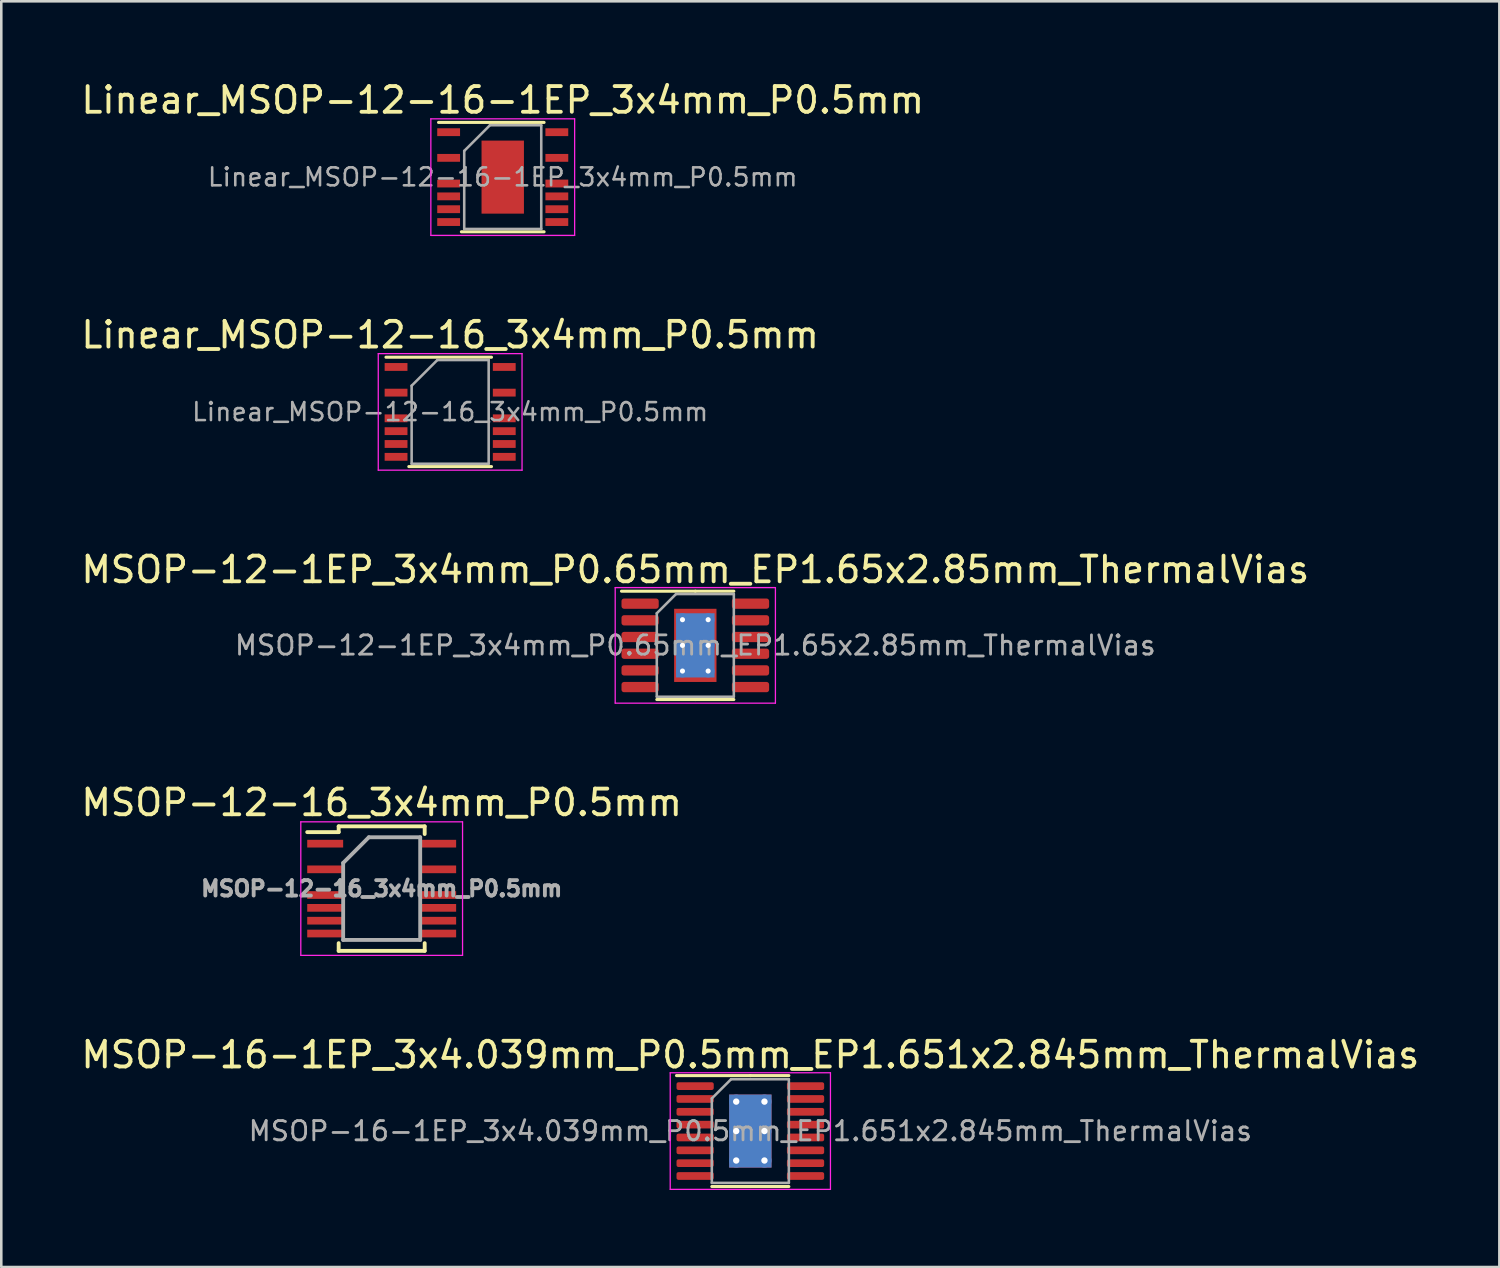
<source format=kicad_pcb>
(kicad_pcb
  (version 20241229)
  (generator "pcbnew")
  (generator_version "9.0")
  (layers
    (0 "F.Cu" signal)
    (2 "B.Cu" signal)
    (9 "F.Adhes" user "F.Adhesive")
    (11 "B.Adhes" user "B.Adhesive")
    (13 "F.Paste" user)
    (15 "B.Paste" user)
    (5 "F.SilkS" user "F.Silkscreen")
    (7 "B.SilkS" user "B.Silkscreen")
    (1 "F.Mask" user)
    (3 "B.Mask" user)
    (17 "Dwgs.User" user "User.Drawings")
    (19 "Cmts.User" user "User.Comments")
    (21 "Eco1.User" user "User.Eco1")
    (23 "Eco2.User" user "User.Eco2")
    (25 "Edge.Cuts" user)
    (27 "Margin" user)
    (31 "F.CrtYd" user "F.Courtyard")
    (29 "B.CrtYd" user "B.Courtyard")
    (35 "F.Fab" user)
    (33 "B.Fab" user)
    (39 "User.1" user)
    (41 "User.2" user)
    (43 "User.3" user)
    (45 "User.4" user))
  (footprint "Linear_MSOP-12-16_3x4mm_P0.5mm"
    (layer "F.Cu")
    (at 14.482 12.992)
    (property "Reference" "Linear_MSOP-12-16_3x4mm_P0.5mm" (at 0 -3 0) (layer "F.SilkS") (effects (font (size 1 1) (thickness 0.15))))
    (attr smd)
    (fp_line (start -2.5 -2.13) (end 1.61 -2.13) (stroke (width 0.12) (type solid)) (layer "F.SilkS"))
    (fp_line (start -1.61 2.13) (end 1.61 2.13) (stroke (width 0.12) (type solid)) (layer "F.SilkS"))
    (fp_line (start -2.8 -2.27) (end -2.8 2.27) (stroke (width 0.05) (type solid)) (layer "F.CrtYd"))
    (fp_line (start -2.8 -2.27) (end 2.8 -2.27) (stroke (width 0.05) (type solid)) (layer "F.CrtYd"))
    (fp_line (start -2.8 2.27) (end 2.8 2.27) (stroke (width 0.05) (type solid)) (layer "F.CrtYd"))
    (fp_line (start 2.8 -2.27) (end 2.8 2.27) (stroke (width 0.05) (type solid)) (layer "F.CrtYd"))
    (fp_line (start -1.5 -1.02) (end -0.5 -2.019) (stroke (width 0.1) (type solid)) (layer "F.Fab"))
    (fp_line (start -1.5 2.019) (end -1.5 -1.02) (stroke (width 0.1) (type solid)) (layer "F.Fab"))
    (fp_line (start -0.5 -2.019) (end 1.5 -2.019) (stroke (width 0.1) (type solid)) (layer "F.Fab"))
    (fp_line (start 1.5 -2.019) (end 1.5 2.019) (stroke (width 0.1) (type solid)) (layer "F.Fab"))
    (fp_line (start 1.5 2.019) (end -1.5 2.019) (stroke (width 0.1) (type solid)) (layer "F.Fab"))
    (fp_text user "${REFERENCE}" (at 0 0 0) (layer "F.Fab") (effects (font (size 0.7 0.7) (thickness 0.1))))
    (pad "1" smd rect (at -2.107 -1.75) (size 0.889 0.305) (layers "F.Cu" "F.Mask" "F.Paste"))
    (pad "3" smd rect (at -2.107 -0.75) (size 0.889 0.305) (layers "F.Cu" "F.Mask" "F.Paste"))
    (pad "5" smd rect (at -2.107 0.25) (size 0.889 0.305) (layers "F.Cu" "F.Mask" "F.Paste"))
    (pad "6" smd rect (at -2.107 0.75) (size 0.889 0.305) (layers "F.Cu" "F.Mask" "F.Paste"))
    (pad "7" smd rect (at -2.107 1.25) (size 0.889 0.305) (layers "F.Cu" "F.Mask" "F.Paste"))
    (pad "8" smd rect (at -2.107 1.75) (size 0.889 0.305) (layers "F.Cu" "F.Mask" "F.Paste"))
    (pad "9" smd rect (at 2.107 1.75) (size 0.889 0.305) (layers "F.Cu" "F.Mask" "F.Paste"))
    (pad "10" smd rect (at 2.107 1.25) (size 0.889 0.305) (layers "F.Cu" "F.Mask" "F.Paste"))
    (pad "11" smd rect (at 2.107 0.75) (size 0.889 0.305) (layers "F.Cu" "F.Mask" "F.Paste"))
    (pad "12" smd rect (at 2.107 0.25) (size 0.889 0.305) (layers "F.Cu" "F.Mask" "F.Paste"))
    (pad "14" smd rect (at 2.107 -0.75) (size 0.889 0.305) (layers "F.Cu" "F.Mask" "F.Paste"))
    (pad "16" smd rect (at 2.107 -1.75) (size 0.889 0.305) (layers "F.Cu" "F.Mask" "F.Paste")))
  (footprint "MSOP-16-1EP_3x4.039mm_P0.5mm_EP1.651x2.845mm_ThermalVias"
    (layer "F.Cu")
    (at 26.173 41.001)
    (property "Reference" "MSOP-16-1EP_3x4.039mm_P0.5mm_EP1.651x2.845mm_ThermalVias" (at 0 -2.97 0) (layer "F.SilkS") (effects (font (size 1 1) (thickness 0.15))))
    (attr smd)
    (fp_line (start 0 -2.16) (end -2.875 -2.16) (stroke (width 0.12) (type solid)) (layer "F.SilkS"))
    (fp_line (start 0 -2.16) (end 1.5 -2.16) (stroke (width 0.12) (type solid)) (layer "F.SilkS"))
    (fp_line (start 0 2.16) (end -1.5 2.16) (stroke (width 0.12) (type solid)) (layer "F.SilkS"))
    (fp_line (start 0 2.16) (end 1.5 2.16) (stroke (width 0.12) (type solid)) (layer "F.SilkS"))
    (fp_line (start -3.12 -2.27) (end -3.12 2.27) (stroke (width 0.05) (type solid)) (layer "F.CrtYd"))
    (fp_line (start -3.12 2.27) (end 3.12 2.27) (stroke (width 0.05) (type solid)) (layer "F.CrtYd"))
    (fp_line (start 3.12 -2.27) (end -3.12 -2.27) (stroke (width 0.05) (type solid)) (layer "F.CrtYd"))
    (fp_line (start 3.12 2.27) (end 3.12 -2.27) (stroke (width 0.05) (type solid)) (layer "F.CrtYd"))
    (fp_line (start -1.5 -1.27) (end -0.75 -2.019) (stroke (width 0.1) (type solid)) (layer "F.Fab"))
    (fp_line (start -1.5 2.019) (end -1.5 -1.27) (stroke (width 0.1) (type solid)) (layer "F.Fab"))
    (fp_line (start -0.75 -2.019) (end 1.5 -2.019) (stroke (width 0.1) (type solid)) (layer "F.Fab"))
    (fp_line (start 1.5 -2.019) (end 1.5 2.019) (stroke (width 0.1) (type solid)) (layer "F.Fab"))
    (fp_line (start 1.5 2.019) (end -1.5 2.019) (stroke (width 0.1) (type solid)) (layer "F.Fab"))
    (fp_text user "${REFERENCE}" (at 0 0 0) (layer "F.Fab") (effects (font (size 0.75 0.75) (thickness 0.11))))
    (pad "" smd roundrect (at -0.415 -0.71) (size 0.69 1.19) (layers "F.Paste") (roundrect_rratio 0.25))
    (pad "" smd roundrect (at -0.415 0.71) (size 0.69 1.19) (layers "F.Paste") (roundrect_rratio 0.25))
    (pad "" smd roundrect (at 0.415 -0.71) (size 0.69 1.19) (layers "F.Paste") (roundrect_rratio 0.25))
    (pad "" smd roundrect (at 0.415 0.71) (size 0.69 1.19) (layers "F.Paste") (roundrect_rratio 0.25))
    (pad "1" smd roundrect (at -2.15 -1.75) (size 1.45 0.3) (layers "F.Cu" "F.Mask" "F.Paste") (roundrect_rratio 0.25))
    (pad "2" smd roundrect (at -2.15 -1.25) (size 1.45 0.3) (layers "F.Cu" "F.Mask" "F.Paste") (roundrect_rratio 0.25))
    (pad "3" smd roundrect (at -2.15 -0.75) (size 1.45 0.3) (layers "F.Cu" "F.Mask" "F.Paste") (roundrect_rratio 0.25))
    (pad "4" smd roundrect (at -2.15 -0.25) (size 1.45 0.3) (layers "F.Cu" "F.Mask" "F.Paste") (roundrect_rratio 0.25))
    (pad "5" smd roundrect (at -2.15 0.25) (size 1.45 0.3) (layers "F.Cu" "F.Mask" "F.Paste") (roundrect_rratio 0.25))
    (pad "6" smd roundrect (at -2.15 0.75) (size 1.45 0.3) (layers "F.Cu" "F.Mask" "F.Paste") (roundrect_rratio 0.25))
    (pad "7" smd roundrect (at -2.15 1.25) (size 1.45 0.3) (layers "F.Cu" "F.Mask" "F.Paste") (roundrect_rratio 0.25))
    (pad "8" smd roundrect (at -2.15 1.75) (size 1.45 0.3) (layers "F.Cu" "F.Mask" "F.Paste") (roundrect_rratio 0.25))
    (pad "9" smd roundrect (at 2.15 1.75) (size 1.45 0.3) (layers "F.Cu" "F.Mask" "F.Paste") (roundrect_rratio 0.25))
    (pad "10" smd roundrect (at 2.15 1.25) (size 1.45 0.3) (layers "F.Cu" "F.Mask" "F.Paste") (roundrect_rratio 0.25))
    (pad "11" smd roundrect (at 2.15 0.75) (size 1.45 0.3) (layers "F.Cu" "F.Mask" "F.Paste") (roundrect_rratio 0.25))
    (pad "12" smd roundrect (at 2.15 0.25) (size 1.45 0.3) (layers "F.Cu" "F.Mask" "F.Paste") (roundrect_rratio 0.25))
    (pad "13" smd roundrect (at 2.15 -0.25) (size 1.45 0.3) (layers "F.Cu" "F.Mask" "F.Paste") (roundrect_rratio 0.25))
    (pad "14" smd roundrect (at 2.15 -0.75) (size 1.45 0.3) (layers "F.Cu" "F.Mask" "F.Paste") (roundrect_rratio 0.25))
    (pad "15" smd roundrect (at 2.15 -1.25) (size 1.45 0.3) (layers "F.Cu" "F.Mask" "F.Paste") (roundrect_rratio 0.25))
    (pad "16" smd roundrect (at 2.15 -1.75) (size 1.45 0.3) (layers "F.Cu" "F.Mask" "F.Paste") (roundrect_rratio 0.25))
    (pad "17" thru_hole circle (at -0.55 -1.147) (size 0.55 0.55) (drill 0.25) (layers "*.Cu"))
    (pad "17" thru_hole circle (at -0.55 0) (size 0.55 0.55) (drill 0.25) (layers "*.Cu"))
    (pad "17" thru_hole circle (at -0.55 1.147) (size 0.55 0.55) (drill 0.25) (layers "*.Cu"))
    (pad "17" smd rect (at 0 0) (size 1.651 2.845) (layers "F.Cu" "F.Mask"))
    (pad "17" smd rect (at 0 0) (size 1.651 2.845) (layers "B.Cu"))
    (pad "17" thru_hole circle (at 0.55 -1.147) (size 0.55 0.55) (drill 0.25) (layers "*.Cu"))
    (pad "17" thru_hole circle (at 0.55 0) (size 0.55 0.55) (drill 0.25) (layers "*.Cu"))
    (pad "17" thru_hole circle (at 0.55 1.147) (size 0.55 0.55) (drill 0.25) (layers "*.Cu")))
  (footprint "Linear_MSOP-12-16-1EP_3x4mm_P0.5mm"
    (layer "F.Cu")
    (at 16.53 3.848)
    (property "Reference" "Linear_MSOP-12-16-1EP_3x4mm_P0.5mm" (at 0 -3 0) (layer "F.SilkS") (effects (font (size 1 1) (thickness 0.15))))
    (attr smd)
    (fp_line (start -2.5 -2.13) (end 1.61 -2.13) (stroke (width 0.12) (type solid)) (layer "F.SilkS"))
    (fp_line (start -1.61 2.13) (end 1.61 2.13) (stroke (width 0.12) (type solid)) (layer "F.SilkS"))
    (fp_line (start -2.8 -2.27) (end -2.8 2.27) (stroke (width 0.05) (type solid)) (layer "F.CrtYd"))
    (fp_line (start -2.8 -2.27) (end 2.8 -2.27) (stroke (width 0.05) (type solid)) (layer "F.CrtYd"))
    (fp_line (start -2.8 2.27) (end 2.8 2.27) (stroke (width 0.05) (type solid)) (layer "F.CrtYd"))
    (fp_line (start 2.8 -2.27) (end 2.8 2.27) (stroke (width 0.05) (type solid)) (layer "F.CrtYd"))
    (fp_line (start -1.5 -1.02) (end -0.5 -2.019) (stroke (width 0.1) (type solid)) (layer "F.Fab"))
    (fp_line (start -1.5 2.019) (end -1.5 -1.02) (stroke (width 0.1) (type solid)) (layer "F.Fab"))
    (fp_line (start -0.5 -2.019) (end 1.5 -2.019) (stroke (width 0.1) (type solid)) (layer "F.Fab"))
    (fp_line (start 1.5 -2.019) (end 1.5 2.019) (stroke (width 0.1) (type solid)) (layer "F.Fab"))
    (fp_line (start 1.5 2.019) (end -1.5 2.019) (stroke (width 0.1) (type solid)) (layer "F.Fab"))
    (fp_text user "${REFERENCE}" (at 0 0 0) (layer "F.Fab") (effects (font (size 0.7 0.7) (thickness 0.1))))
    (pad "" smd rect (at 0 -0.711) (size 1.4 1.2) (layers "F.Paste"))
    (pad "" smd rect (at 0 0.711) (size 1.4 1.2) (layers "F.Paste"))
    (pad "1" smd rect (at -2.107 -1.75) (size 0.889 0.305) (layers "F.Cu" "F.Mask" "F.Paste"))
    (pad "3" smd rect (at -2.107 -0.75) (size 0.889 0.305) (layers "F.Cu" "F.Mask" "F.Paste"))
    (pad "5" smd rect (at -2.107 0.25) (size 0.889 0.305) (layers "F.Cu" "F.Mask" "F.Paste"))
    (pad "6" smd rect (at -2.107 0.75) (size 0.889 0.305) (layers "F.Cu" "F.Mask" "F.Paste"))
    (pad "7" smd rect (at -2.107 1.25) (size 0.889 0.305) (layers "F.Cu" "F.Mask" "F.Paste"))
    (pad "8" smd rect (at -2.107 1.75) (size 0.889 0.305) (layers "F.Cu" "F.Mask" "F.Paste"))
    (pad "9" smd rect (at 2.107 1.75) (size 0.889 0.305) (layers "F.Cu" "F.Mask" "F.Paste"))
    (pad "10" smd rect (at 2.107 1.25) (size 0.889 0.305) (layers "F.Cu" "F.Mask" "F.Paste"))
    (pad "11" smd rect (at 2.107 0.75) (size 0.889 0.305) (layers "F.Cu" "F.Mask" "F.Paste"))
    (pad "12" smd rect (at 2.107 0.25) (size 0.889 0.305) (layers "F.Cu" "F.Mask" "F.Paste"))
    (pad "14" smd rect (at 2.107 -0.75) (size 0.889 0.305) (layers "F.Cu" "F.Mask" "F.Paste"))
    (pad "16" smd rect (at 2.107 -1.75) (size 0.889 0.305) (layers "F.Cu" "F.Mask" "F.Paste"))
    (pad "17" smd rect (at 0 0) (size 1.651 2.845) (layers "F.Cu" "F.Mask")))
  (footprint "MSOP-12-1EP_3x4mm_P0.65mm_EP1.65x2.85mm_ThermalVias"
    (layer "F.Cu")
    (at 24.03 22.085)
    (property "Reference" "MSOP-12-1EP_3x4mm_P0.65mm_EP1.65x2.85mm_ThermalVias" (at 0 -2.95 0) (layer "F.SilkS") (effects (font (size 1 1) (thickness 0.15))))
    (attr smd)
    (fp_line (start 0 -2.11) (end -2.875 -2.11) (stroke (width 0.12) (type solid)) (layer "F.SilkS"))
    (fp_line (start 0 -2.11) (end 1.5 -2.11) (stroke (width 0.12) (type solid)) (layer "F.SilkS"))
    (fp_line (start 0 2.11) (end -1.5 2.11) (stroke (width 0.12) (type solid)) (layer "F.SilkS"))
    (fp_line (start 0 2.11) (end 1.5 2.11) (stroke (width 0.12) (type solid)) (layer "F.SilkS"))
    (fp_line (start -3.12 -2.25) (end -3.12 2.25) (stroke (width 0.05) (type solid)) (layer "F.CrtYd"))
    (fp_line (start -3.12 2.25) (end 3.12 2.25) (stroke (width 0.05) (type solid)) (layer "F.CrtYd"))
    (fp_line (start 3.12 -2.25) (end -3.12 -2.25) (stroke (width 0.05) (type solid)) (layer "F.CrtYd"))
    (fp_line (start 3.12 2.25) (end 3.12 -2.25) (stroke (width 0.05) (type solid)) (layer "F.CrtYd"))
    (fp_line (start -1.5 -1.25) (end -0.75 -2) (stroke (width 0.1) (type solid)) (layer "F.Fab"))
    (fp_line (start -1.5 2) (end -1.5 -1.25) (stroke (width 0.1) (type solid)) (layer "F.Fab"))
    (fp_line (start -0.75 -2) (end 1.5 -2) (stroke (width 0.1) (type solid)) (layer "F.Fab"))
    (fp_line (start 1.5 -2) (end 1.5 2) (stroke (width 0.1) (type solid)) (layer "F.Fab"))
    (fp_line (start 1.5 2) (end -1.5 2) (stroke (width 0.1) (type solid)) (layer "F.Fab"))
    (fp_text user "${REFERENCE}" (at 0 0 0) (layer "F.Fab") (effects (font (size 0.75 0.75) (thickness 0.11))))
    (pad "" smd roundrect (at -0.41 -0.71) (size 0.69 1.19) (layers "F.Paste") (roundrect_rratio 0.25))
    (pad "" smd roundrect (at -0.41 0.71) (size 0.69 1.19) (layers "F.Paste") (roundrect_rratio 0.25))
    (pad "" smd roundrect (at 0.41 -0.71) (size 0.69 1.19) (layers "F.Paste") (roundrect_rratio 0.25))
    (pad "" smd roundrect (at 0.41 0.71) (size 0.69 1.19) (layers "F.Paste") (roundrect_rratio 0.25))
    (pad "1" smd roundrect (at -2.15 -1.625) (size 1.45 0.4) (layers "F.Cu" "F.Mask" "F.Paste") (roundrect_rratio 0.25))
    (pad "2" smd roundrect (at -2.15 -0.975) (size 1.45 0.4) (layers "F.Cu" "F.Mask" "F.Paste") (roundrect_rratio 0.25))
    (pad "3" smd roundrect (at -2.15 -0.325) (size 1.45 0.4) (layers "F.Cu" "F.Mask" "F.Paste") (roundrect_rratio 0.25))
    (pad "4" smd roundrect (at -2.15 0.325) (size 1.45 0.4) (layers "F.Cu" "F.Mask" "F.Paste") (roundrect_rratio 0.25))
    (pad "5" smd roundrect (at -2.15 0.975) (size 1.45 0.4) (layers "F.Cu" "F.Mask" "F.Paste") (roundrect_rratio 0.25))
    (pad "6" smd roundrect (at -2.15 1.625) (size 1.45 0.4) (layers "F.Cu" "F.Mask" "F.Paste") (roundrect_rratio 0.25))
    (pad "7" smd roundrect (at 2.15 1.625) (size 1.45 0.4) (layers "F.Cu" "F.Mask" "F.Paste") (roundrect_rratio 0.25))
    (pad "8" smd roundrect (at 2.15 0.975) (size 1.45 0.4) (layers "F.Cu" "F.Mask" "F.Paste") (roundrect_rratio 0.25))
    (pad "9" smd roundrect (at 2.15 0.325) (size 1.45 0.4) (layers "F.Cu" "F.Mask" "F.Paste") (roundrect_rratio 0.25))
    (pad "10" smd roundrect (at 2.15 -0.325) (size 1.45 0.4) (layers "F.Cu" "F.Mask" "F.Paste") (roundrect_rratio 0.25))
    (pad "11" smd roundrect (at 2.15 -0.975) (size 1.45 0.4) (layers "F.Cu" "F.Mask" "F.Paste") (roundrect_rratio 0.25))
    (pad "12" smd roundrect (at 2.15 -1.625) (size 1.45 0.4) (layers "F.Cu" "F.Mask" "F.Paste") (roundrect_rratio 0.25))
    (pad "13" thru_hole circle (at -0.5 -1) (size 0.5 0.5) (drill 0.2) (layers "*.Cu"))
    (pad "13" thru_hole circle (at -0.5 0) (size 0.5 0.5) (drill 0.2) (layers "*.Cu"))
    (pad "13" thru_hole circle (at -0.5 1) (size 0.5 0.5) (drill 0.2) (layers "*.Cu"))
    (pad "13" smd rect (at 0 0) (size 1.5 2.5) (layers "B.Cu"))
    (pad "13" smd rect (at 0 0) (size 1.65 2.85) (layers "F.Cu" "F.Mask"))
    (pad "13" thru_hole circle (at 0.5 -1) (size 0.5 0.5) (drill 0.2) (layers "*.Cu"))
    (pad "13" thru_hole circle (at 0.5 0) (size 0.5 0.5) (drill 0.2) (layers "*.Cu"))
    (pad "13" thru_hole circle (at 0.5 1) (size 0.5 0.5) (drill 0.2) (layers "*.Cu")))
  (footprint "MSOP-12-16_3x4mm_P0.5mm"
    (layer "F.Cu")
    (at 11.815 31.558)
    (property "Reference" "MSOP-12-16_3x4mm_P0.5mm" (at 0 -3.35 0) (layer "F.SilkS") (effects (font (size 1 1) (thickness 0.15))))
    (attr smd)
    (fp_line (start -1.675 -2.425) (end -1.675 -2.2) (stroke (width 0.15) (type solid)) (layer "F.SilkS"))
    (fp_line (start -1.675 -2.425) (end 1.675 -2.425) (stroke (width 0.15) (type solid)) (layer "F.SilkS"))
    (fp_line (start -1.675 -2.2) (end -2.9 -2.2) (stroke (width 0.15) (type solid)) (layer "F.SilkS"))
    (fp_line (start -1.675 2.425) (end -1.675 2.125) (stroke (width 0.15) (type solid)) (layer "F.SilkS"))
    (fp_line (start -1.675 2.425) (end 1.675 2.425) (stroke (width 0.15) (type solid)) (layer "F.SilkS"))
    (fp_line (start 1.675 -2.425) (end 1.675 -2.125) (stroke (width 0.15) (type solid)) (layer "F.SilkS"))
    (fp_line (start 1.675 2.425) (end 1.675 2.125) (stroke (width 0.15) (type solid)) (layer "F.SilkS"))
    (fp_line (start -3.15 -2.6) (end -3.15 2.6) (stroke (width 0.05) (type solid)) (layer "F.CrtYd"))
    (fp_line (start -3.15 -2.6) (end 3.15 -2.6) (stroke (width 0.05) (type solid)) (layer "F.CrtYd"))
    (fp_line (start -3.15 2.6) (end 3.15 2.6) (stroke (width 0.05) (type solid)) (layer "F.CrtYd"))
    (fp_line (start 3.15 -2.6) (end 3.15 2.6) (stroke (width 0.05) (type solid)) (layer "F.CrtYd"))
    (fp_line (start -1.5 -1) (end -0.5 -2) (stroke (width 0.15) (type solid)) (layer "F.Fab"))
    (fp_line (start -1.5 2) (end -1.5 -1) (stroke (width 0.15) (type solid)) (layer "F.Fab"))
    (fp_line (start -0.5 -2) (end 1.5 -2) (stroke (width 0.15) (type solid)) (layer "F.Fab"))
    (fp_line (start 1.5 -2) (end 1.5 2) (stroke (width 0.15) (type solid)) (layer "F.Fab"))
    (fp_line (start 1.5 2) (end -1.5 2) (stroke (width 0.15) (type solid)) (layer "F.Fab"))
    (fp_text user "${REFERENCE}" (at 0 0 0) (layer "F.Fab") (effects (font (size 0.6 0.6) (thickness 0.15))))
    (pad "1" smd rect (at -2.2 -1.75) (size 1.4 0.3) (layers "F.Cu" "F.Mask" "F.Paste"))
    (pad "3" smd rect (at -2.2 -0.75) (size 1.4 0.3) (layers "F.Cu" "F.Mask" "F.Paste"))
    (pad "5" smd rect (at -2.2 0.25) (size 1.4 0.3) (layers "F.Cu" "F.Mask" "F.Paste"))
    (pad "6" smd rect (at -2.2 0.75) (size 1.4 0.3) (layers "F.Cu" "F.Mask" "F.Paste"))
    (pad "7" smd rect (at -2.2 1.25) (size 1.4 0.3) (layers "F.Cu" "F.Mask" "F.Paste"))
    (pad "8" smd rect (at -2.2 1.75) (size 1.4 0.3) (layers "F.Cu" "F.Mask" "F.Paste"))
    (pad "9" smd rect (at 2.2 1.75) (size 1.4 0.3) (layers "F.Cu" "F.Mask" "F.Paste"))
    (pad "10" smd rect (at 2.2 1.25) (size 1.4 0.3) (layers "F.Cu" "F.Mask" "F.Paste"))
    (pad "11" smd rect (at 2.2 0.75) (size 1.4 0.3) (layers "F.Cu" "F.Mask" "F.Paste"))
    (pad "12" smd rect (at 2.2 0.25) (size 1.4 0.3) (layers "F.Cu" "F.Mask" "F.Paste"))
    (pad "14" smd rect (at 2.2 -0.75) (size 1.4 0.3) (layers "F.Cu" "F.Mask" "F.Paste"))
    (pad "16" smd rect (at 2.2 -1.75) (size 1.4 0.3) (layers "F.Cu" "F.Mask" "F.Paste")))
  (gr_rect
    (start -3 -3)
    (end 55.345 46.296)
    (stroke (width 0.1) (type default))
    (fill no)
    (layer "Edge.Cuts")))
</source>
